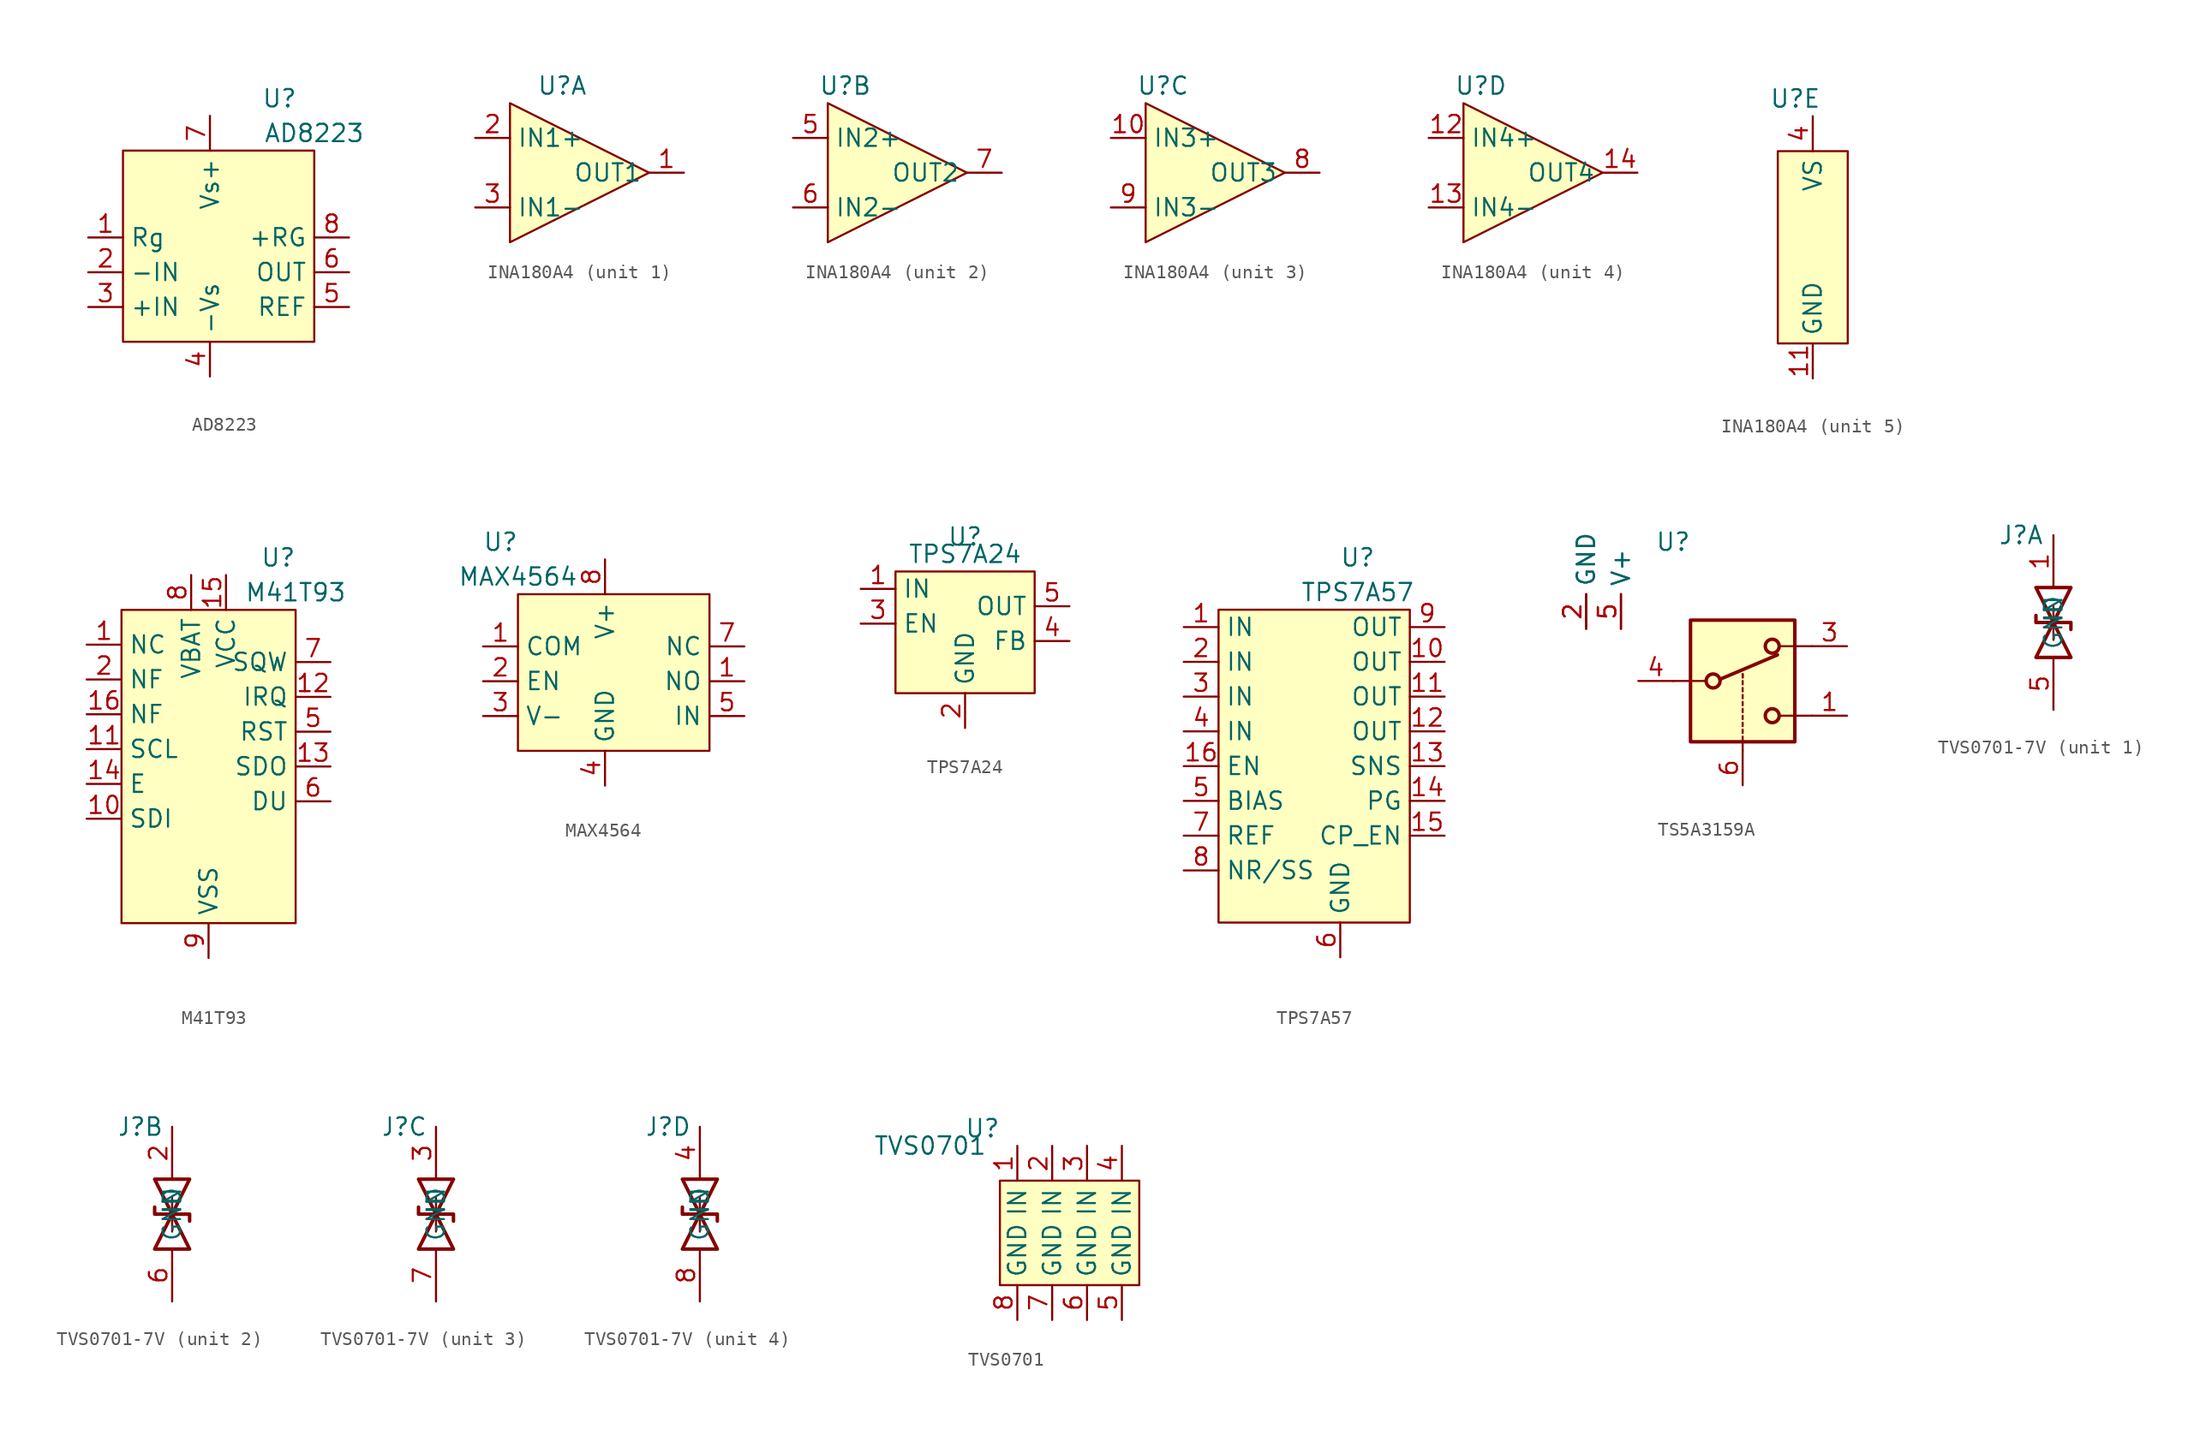
<source format=kicad_sym>
(kicad_symbol_lib
  (version 20220914)
  (generator kicad_symbol_editor)
  (symbol "AD8223"
    (property "Reference" "U"
      (at 10.16 6.35 0)
      (effects (font (size 1.27 1.27))))
    (property "Value" "AD8223"
      (at 12.7 3.81 0)
      (effects (font (size 1.27 1.27))))
    (symbol "AD8223_1_1"
      (rectangle (start -1.27 2.54) (end 12.7 -11.43) (stroke (width 0) (type default)) (fill (type background)))
      (pin passive line (at -3.81 -3.81 0) (length 2.54) (name "Rg" (effects (font (size 1.27 1.27)))) (number "1" (effects (font (size 1.27 1.27)))))
      (pin passive line (at -3.81 -6.35 0) (length 2.54) (name "-IN" (effects (font (size 1.27 1.27)))) (number "2" (effects (font (size 1.27 1.27)))))
      (pin passive line (at -3.81 -8.89 0) (length 2.54) (name "+IN" (effects (font (size 1.27 1.27)))) (number "3" (effects (font (size 1.27 1.27)))))
      (pin power_in line (at 5.08 -13.97 90) (length 2.54) (name "-Vs" (effects (font (size 1.27 1.27)))) (number "4" (effects (font (size 1.27 1.27)))))
      (pin passive line (at 15.24 -8.89 180) (length 2.54) (name "REF" (effects (font (size 1.27 1.27)))) (number "5" (effects (font (size 1.27 1.27)))))
      (pin output line (at 15.24 -6.35 180) (length 2.54) (name "OUT" (effects (font (size 1.27 1.27)))) (number "6" (effects (font (size 1.27 1.27)))))
      (pin power_in line (at 5.08 5.08 270) (length 2.54) (name "Vs+" (effects (font (size 1.27 1.27)))) (number "7" (effects (font (size 1.27 1.27)))))
      (pin passive line (at 15.24 -3.81 180) (length 2.54) (name "+RG" (effects (font (size 1.27 1.27)))) (number "8" (effects (font (size 1.27 1.27)))))))
  (symbol "INA180A4"
    (property "Reference" "U"
      (at 0 0 0)
      (effects (font (size 1.27 1.27))))
    (property "Value" ""
      (at 0 0 0)
      (effects (font (size 1.27 1.27))))
    (property "ki_locked" ""
      (at 0 0 0)
      (effects (font (size 1.27 1.27))))
    (symbol "INA180A4_1_1"
      (polyline (pts (xy -3.81 -1.27) (xy -3.81 -11.43) (xy 6.35 -6.35) (xy -3.81 -1.27)) (stroke (width 0) (type default)) (fill (type background)))
      (pin output line (at 8.89 -6.35 180) (length 2.54) (name "OUT1" (effects (font (size 1.27 1.27)))) (number "1" (effects (font (size 1.27 1.27)))))
      (pin input line (at -6.35 -3.81 0) (length 2.54) (name "IN1+" (effects (font (size 1.27 1.27)))) (number "2" (effects (font (size 1.27 1.27)))))
      (pin input line (at -6.35 -8.89 0) (length 2.54) (name "IN1-" (effects (font (size 1.27 1.27)))) (number "3" (effects (font (size 1.27 1.27))))))
    (symbol "INA180A4_2_1"
      (polyline (pts (xy -1.27 -1.27) (xy -1.27 -11.43) (xy 8.89 -6.35) (xy -1.27 -1.27)) (stroke (width 0) (type default)) (fill (type background)))
      (pin input line (at -3.81 -3.81 0) (length 2.54) (name "IN2+" (effects (font (size 1.27 1.27)))) (number "5" (effects (font (size 1.27 1.27)))))
      (pin input line (at -3.81 -8.89 0) (length 2.54) (name "IN2-" (effects (font (size 1.27 1.27)))) (number "6" (effects (font (size 1.27 1.27)))))
      (pin output line (at 11.43 -6.35 180) (length 2.54) (name "OUT2" (effects (font (size 1.27 1.27)))) (number "7" (effects (font (size 1.27 1.27))))))
    (symbol "INA180A4_3_1"
      (polyline (pts (xy -1.27 -1.27) (xy -1.27 -11.43) (xy 8.89 -6.35) (xy -1.27 -1.27)) (stroke (width 0) (type default)) (fill (type background)))
      (pin input line (at -3.81 -3.81 0) (length 2.54) (name "IN3+" (effects (font (size 1.27 1.27)))) (number "10" (effects (font (size 1.27 1.27)))))
      (pin output line (at 11.43 -6.35 180) (length 2.54) (name "OUT3" (effects (font (size 1.27 1.27)))) (number "8" (effects (font (size 1.27 1.27)))))
      (pin input line (at -3.81 -8.89 0) (length 2.54) (name "IN3-" (effects (font (size 1.27 1.27)))) (number "9" (effects (font (size 1.27 1.27))))))
    (symbol "INA180A4_4_1"
      (polyline (pts (xy -1.27 -1.27) (xy -1.27 -11.43) (xy 8.89 -6.35) (xy -1.27 -1.27)) (stroke (width 0) (type default)) (fill (type background)))
      (pin input line (at -3.81 -3.81 0) (length 2.54) (name "IN4+" (effects (font (size 1.27 1.27)))) (number "12" (effects (font (size 1.27 1.27)))))
      (pin input line (at -3.81 -8.89 0) (length 2.54) (name "IN4-" (effects (font (size 1.27 1.27)))) (number "13" (effects (font (size 1.27 1.27)))))
      (pin output line (at 11.43 -6.35 180) (length 2.54) (name "OUT4" (effects (font (size 1.27 1.27)))) (number "14" (effects (font (size 1.27 1.27))))))
    (symbol "INA180A4_5_1"
      (rectangle (start -1.27 -3.81) (end 3.81 -17.78) (stroke (width 0) (type default)) (fill (type background)))
      (pin power_in line (at 1.27 -20.32 90) (length 2.54) (name "GND" (effects (font (size 1.27 1.27)))) (number "11" (effects (font (size 1.27 1.27)))))
      (pin power_in line (at 1.27 -1.27 270) (length 2.54) (name "VS" (effects (font (size 1.27 1.27)))) (number "4" (effects (font (size 1.27 1.27)))))))
  (symbol "M41T93"
    (property "Reference" "U"
      (at -1.27 -1.27 0)
      (effects (font (size 1.27 1.27))))
    (property "Value" "M41T93"
      (at 0 -3.81 0)
      (effects (font (size 1.27 1.27))))
    (symbol "M41T93_1_1"
      (rectangle (start -12.7 -5.08) (end 0 -27.94) (stroke (width 0) (type default)) (fill (type background)))
      (pin passive line (at -15.24 -7.62 0) (length 2.54) (name "NC" (effects (font (size 1.27 1.27)))) (number "1" (effects (font (size 1.27 1.27)))))
      (pin passive line (at -15.24 -20.32 0) (length 2.54) (name "SDI" (effects (font (size 1.27 1.27)))) (number "10" (effects (font (size 1.27 1.27)))))
      (pin passive line (at -15.24 -15.24 0) (length 2.54) (name "SCL" (effects (font (size 1.27 1.27)))) (number "11" (effects (font (size 1.27 1.27)))))
      (pin passive line (at 2.54 -11.43 180) (length 2.54) (name "IRQ" (effects (font (size 1.27 1.27)))) (number "12" (effects (font (size 1.27 1.27)))))
      (pin passive line (at 2.54 -16.51 180) (length 2.54) (name "SDO" (effects (font (size 1.27 1.27)))) (number "13" (effects (font (size 1.27 1.27)))))
      (pin passive line (at -15.24 -17.78 0) (length 2.54) (name "E" (effects (font (size 1.27 1.27)))) (number "14" (effects (font (size 1.27 1.27)))))
      (pin power_in line (at -5.08 -2.54 270) (length 2.54) (name "VCC" (effects (font (size 1.27 1.27)))) (number "15" (effects (font (size 1.27 1.27)))))
      (pin passive line (at -15.24 -12.7 0) (length 2.54) (name "NF" (effects (font (size 1.27 1.27)))) (number "16" (effects (font (size 1.27 1.27)))))
      (pin passive line (at -15.24 -10.16 0) (length 2.54) (name "NF" (effects (font (size 1.27 1.27)))) (number "2" (effects (font (size 1.27 1.27)))))
      (pin passive line (at 2.54 -13.97 180) (length 2.54) (name "RST" (effects (font (size 1.27 1.27)))) (number "5" (effects (font (size 1.27 1.27)))))
      (pin passive line (at 2.54 -19.05 180) (length 2.54) (name "DU" (effects (font (size 1.27 1.27)))) (number "6" (effects (font (size 1.27 1.27)))))
      (pin passive line (at 2.54 -8.89 180) (length 2.54) (name "SQW" (effects (font (size 1.27 1.27)))) (number "7" (effects (font (size 1.27 1.27)))))
      (pin power_in line (at -7.62 -2.54 270) (length 2.54) (name "VBAT" (effects (font (size 1.27 1.27)))) (number "8" (effects (font (size 1.27 1.27)))))
      (pin power_in line (at -6.35 -30.48 90) (length 2.54) (name "VSS" (effects (font (size 1.27 1.27)))) (number "9" (effects (font (size 1.27 1.27)))))))
  (symbol "MAX4564"
    (property "Reference" "U"
      (at -3.81 5.08 0)
      (effects (font (size 1.27 1.27))))
    (property "Value" "MAX4564"
      (at -2.54 2.54 0)
      (effects (font (size 1.27 1.27))))
    (symbol "MAX4564_1_1"
      (rectangle (start -2.54 1.27) (end 11.43 -10.16) (stroke (width 0) (type default)) (fill (type background)))
      (pin passive line (at -5.08 -2.54 0) (length 2.54) (name "COM" (effects (font (size 1.27 1.27)))) (number "1" (effects (font (size 1.27 1.27)))))
      (pin passive line (at 13.97 -5.08 180) (length 2.54) (name "NO" (effects (font (size 1.27 1.27)))) (number "1" (effects (font (size 1.27 1.27)))))
      (pin passive line (at -5.08 -5.08 0) (length 2.54) (name "EN" (effects (font (size 1.27 1.27)))) (number "2" (effects (font (size 1.27 1.27)))))
      (pin passive line (at -5.08 -7.62 0) (length 2.54) (name "V-" (effects (font (size 1.27 1.27)))) (number "3" (effects (font (size 1.27 1.27)))))
      (pin power_in line (at 3.81 -12.7 90) (length 2.54) (name "GND" (effects (font (size 1.27 1.27)))) (number "4" (effects (font (size 1.27 1.27)))))
      (pin input line (at 13.97 -7.62 180) (length 2.54) (name "IN" (effects (font (size 1.27 1.27)))) (number "5" (effects (font (size 1.27 1.27)))))
      (pin passive line (at 13.97 -2.54 180) (length 2.54) (name "NC" (effects (font (size 1.27 1.27)))) (number "7" (effects (font (size 1.27 1.27)))))
      (pin power_in line (at 3.81 3.81 270) (length 2.54) (name "V+" (effects (font (size 1.27 1.27)))) (number "8" (effects (font (size 1.27 1.27)))))))
  (symbol "TPS7A24"
    (property "Reference" "U"
      (at 0 0 0)
      (effects (font (size 1.27 1.27))))
    (property "Value" "TPS7A24"
      (at 0 -1.27 0)
      (effects (font (size 1.27 1.27))))
    (symbol "TPS7A24_1_1"
      (rectangle (start -5.08 -2.54) (end 5.08 -11.43) (stroke (width 0) (type default)) (fill (type background)))
      (pin input line (at -7.62 -3.81 0) (length 2.54) (name "IN" (effects (font (size 1.27 1.27)))) (number "1" (effects (font (size 1.27 1.27)))))
      (pin passive line (at 0 -13.97 90) (length 2.54) (name "GND" (effects (font (size 1.27 1.27)))) (number "2" (effects (font (size 1.27 1.27)))))
      (pin input line (at -7.62 -6.35 0) (length 2.54) (name "EN" (effects (font (size 1.27 1.27)))) (number "3" (effects (font (size 1.27 1.27)))))
      (pin passive line (at 7.62 -7.62 180) (length 2.54) (name "FB" (effects (font (size 1.27 1.27)))) (number "4" (effects (font (size 1.27 1.27)))))
      (pin output line (at 7.62 -5.08 180) (length 2.54) (name "OUT" (effects (font (size 1.27 1.27)))) (number "5" (effects (font (size 1.27 1.27)))))))
  (symbol "TPS7A57"
    (property "Reference" "U"
      (at 8.89 2.54 0)
      (effects (font (size 1.27 1.27))))
    (property "Value" "TPS7A57"
      (at 8.89 0 0)
      (effects (font (size 1.27 1.27))))
    (symbol "TPS7A57_1_1"
      (rectangle (start -1.27 -1.27) (end 12.7 -24.13) (stroke (width 0) (type default)) (fill (type background)))
      (pin passive line (at -3.81 -2.54 0) (length 2.54) (name "IN" (effects (font (size 1.27 1.27)))) (number "1" (effects (font (size 1.27 1.27)))))
      (pin passive line (at 15.24 -5.08 180) (length 2.54) (name "OUT" (effects (font (size 1.27 1.27)))) (number "10" (effects (font (size 1.27 1.27)))))
      (pin passive line (at 15.24 -7.62 180) (length 2.54) (name "OUT" (effects (font (size 1.27 1.27)))) (number "11" (effects (font (size 1.27 1.27)))))
      (pin passive line (at 15.24 -10.16 180) (length 2.54) (name "OUT" (effects (font (size 1.27 1.27)))) (number "12" (effects (font (size 1.27 1.27)))))
      (pin passive line (at 15.24 -12.7 180) (length 2.54) (name "SNS" (effects (font (size 1.27 1.27)))) (number "13" (effects (font (size 1.27 1.27)))))
      (pin passive line (at 15.24 -15.24 180) (length 2.54) (name "PG" (effects (font (size 1.27 1.27)))) (number "14" (effects (font (size 1.27 1.27)))))
      (pin passive line (at 15.24 -17.78 180) (length 2.54) (name "CP_EN" (effects (font (size 1.27 1.27)))) (number "15" (effects (font (size 1.27 1.27)))))
      (pin passive line (at -3.81 -12.7 0) (length 2.54) (name "EN" (effects (font (size 1.27 1.27)))) (number "16" (effects (font (size 1.27 1.27)))))
      (pin passive line (at -3.81 -5.08 0) (length 2.54) (name "IN" (effects (font (size 1.27 1.27)))) (number "2" (effects (font (size 1.27 1.27)))))
      (pin passive line (at -3.81 -7.62 0) (length 2.54) (name "IN" (effects (font (size 1.27 1.27)))) (number "3" (effects (font (size 1.27 1.27)))))
      (pin passive line (at -3.81 -10.16 0) (length 2.54) (name "IN" (effects (font (size 1.27 1.27)))) (number "4" (effects (font (size 1.27 1.27)))))
      (pin passive line (at -3.81 -15.24 0) (length 2.54) (name "BIAS" (effects (font (size 1.27 1.27)))) (number "5" (effects (font (size 1.27 1.27)))))
      (pin power_in line (at 7.62 -26.67 90) (length 2.54) (name "GND" (effects (font (size 1.27 1.27)))) (number "6" (effects (font (size 1.27 1.27)))))
      (pin passive line (at -3.81 -17.78 0) (length 2.54) (name "REF" (effects (font (size 1.27 1.27)))) (number "7" (effects (font (size 1.27 1.27)))))
      (pin passive line (at -3.81 -20.32 0) (length 2.54) (name "NR/SS" (effects (font (size 1.27 1.27)))) (number "8" (effects (font (size 1.27 1.27)))))
      (pin passive line (at 15.24 -2.54 180) (length 2.54) (name "OUT" (effects (font (size 1.27 1.27)))) (number "9" (effects (font (size 1.27 1.27)))))))
  (symbol "TS5A3159A"
    (property "Reference" "U"
      (at 0 0 0)
      (effects (font (size 1.27 1.27))))
    (property "Value" ""
      (at 0 0 0)
      (effects (font (size 1.27 1.27))))
    (symbol "TS5A3159A_1_1"
      (polyline (pts (xy 0 -10.16) (xy 2.286 -10.16)) (stroke (width 0) (type default)) (fill (type none)))
      (polyline (pts (xy 3.429 -10.033) (xy 7.62 -8.255)) (stroke (width 0.254) (type default)) (fill (type none)))
      (polyline (pts (xy 5.08 -15.24) (xy 5.08 -14.732)) (stroke (width 0) (type default)) (fill (type none)))
      (polyline (pts (xy 5.08 -14.478) (xy 5.08 -14.224)) (stroke (width 0) (type default)) (fill (type none)))
      (polyline (pts (xy 5.08 -13.97) (xy 5.08 -13.716)) (stroke (width 0) (type default)) (fill (type none)))
      (polyline (pts (xy 5.08 -13.462) (xy 5.08 -13.208)) (stroke (width 0) (type default)) (fill (type none)))
      (polyline (pts (xy 5.08 -12.954) (xy 5.08 -12.7)) (stroke (width 0) (type default)) (fill (type none)))
      (polyline (pts (xy 5.08 -12.446) (xy 5.08 -12.192)) (stroke (width 0) (type default)) (fill (type none)))
      (polyline (pts (xy 5.08 -11.938) (xy 5.08 -11.684)) (stroke (width 0) (type default)) (fill (type none)))
      (polyline (pts (xy 5.08 -11.43) (xy 5.08 -11.176)) (stroke (width 0) (type default)) (fill (type none)))
      (polyline (pts (xy 5.08 -10.922) (xy 5.08 -10.668)) (stroke (width 0) (type default)) (fill (type none)))
      (polyline (pts (xy 5.08 -10.414) (xy 5.08 -10.16)) (stroke (width 0) (type default)) (fill (type none)))
      (polyline (pts (xy 5.08 -9.906) (xy 5.08 -9.652)) (stroke (width 0) (type default)) (fill (type none)))
      (polyline (pts (xy 5.08 -9.906) (xy 5.08 -9.652)) (stroke (width 0) (type default)) (fill (type none)))
      (polyline (pts (xy 10.16 -12.7) (xy 7.874 -12.7)) (stroke (width 0) (type default)) (fill (type none)))
      (polyline (pts (xy 10.16 -7.62) (xy 7.874 -7.62)) (stroke (width 0) (type default)) (fill (type none)))
      (rectangle (start 1.27 -5.715) (end 8.89 -14.605) (stroke (width 0.254) (type default)) (fill (type background)))
      (circle (center 2.921 -10.16) (radius 0.508) (stroke (width 0.254) (type default)) (fill (type none)))
      (circle (center 7.239 -12.7) (radius 0.508) (stroke (width 0.254) (type default)) (fill (type none)))
      (circle (center 7.239 -7.62) (radius 0.508) (stroke (width 0.254) (type default)) (fill (type none)))
      (pin passive line (at 12.7 -12.7 180) (length 2.54) (name "~" (effects (font (size 1.27 1.27)))) (number "1" (effects (font (size 1.27 1.27)))))
      (pin power_in line (at -6.35 -6.35 90) (length 2.54) (name "GND" (effects (font (size 1.27 1.27)))) (number "2" (effects (font (size 1.27 1.27)))))
      (pin power_in line (at -6.35 -6.35 90) (length 2.54) (name "GND" (effects (font (size 1.27 1.27)))) (number "2" (effects (font (size 1.27 1.27)))))
      (pin passive line (at 12.7 -7.62 180) (length 2.54) (name "~" (effects (font (size 1.27 1.27)))) (number "3" (effects (font (size 1.27 1.27)))))
      (pin passive line (at -2.54 -10.16 0) (length 2.54) (name "~" (effects (font (size 1.27 1.27)))) (number "4" (effects (font (size 1.27 1.27)))))
      (pin power_in line (at -3.81 -6.35 90) (length 2.54) (name "V+" (effects (font (size 1.27 1.27)))) (number "5" (effects (font (size 1.27 1.27)))))
      (pin power_in line (at -3.81 -6.35 90) (length 2.54) (name "V+" (effects (font (size 1.27 1.27)))) (number "5" (effects (font (size 1.27 1.27)))))
      (pin input line (at 5.08 -17.78 90) (length 2.54) (name "~" (effects (font (size 1.27 1.27)))) (number "6" (effects (font (size 1.27 1.27)))))))
  (symbol "TVS0701-7V"
    (property "Reference" "U"
      (at 0 0 0)
      (effects (font (size 1.27 1.27))))
    (property "Value" ""
      (at 0 0 0)
      (effects (font (size 1.27 1.27))))
    (symbol "TVS0701-7V_0_1"
      (polyline (pts (xy 2.54 -7.62) (xy 2.54 -5.08)) (stroke (width 0) (type default)) (fill (type none)))
      (polyline (pts (xy 3.81 -6.858) (xy 3.81 -6.35) (xy 1.27 -6.35) (xy 1.27 -5.842)) (stroke (width 0.254) (type default)) (fill (type none)))
      (polyline (pts (xy 3.81 -3.81) (xy 1.27 -3.81) (xy 3.81 -8.89) (xy 1.27 -8.89) (xy 3.81 -3.81)) (stroke (width 0.254) (type default)) (fill (type none))))
    (symbol "TVS0701-7V_1_1"
      (pin passive line (at 2.54 0 270) (length 3.81) (name "IN" (effects (font (size 1.27 1.27)))) (number "1" (effects (font (size 1.27 1.27)))))
      (pin passive line (at 2.54 -12.7 90) (length 3.81) (name "GND" (effects (font (size 1.27 1.27)))) (number "5" (effects (font (size 1.27 1.27))))))
    (symbol "TVS0701-7V_2_1"
      (pin passive line (at 2.54 0 270) (length 3.81) (name "IN" (effects (font (size 1.27 1.27)))) (number "2" (effects (font (size 1.27 1.27)))))
      (pin passive line (at 2.54 -12.7 90) (length 3.81) (name "GND" (effects (font (size 1.27 1.27)))) (number "6" (effects (font (size 1.27 1.27))))))
    (symbol "TVS0701-7V_3_1"
      (pin passive line (at 2.54 0 270) (length 3.81) (name "IN" (effects (font (size 1.27 1.27)))) (number "3" (effects (font (size 1.27 1.27)))))
      (pin passive line (at 2.54 -12.7 90) (length 3.81) (name "GND" (effects (font (size 1.27 1.27)))) (number "7" (effects (font (size 1.27 1.27))))))
    (symbol "TVS0701-7V_4_1"
      (pin passive line (at 2.54 0 270) (length 3.81) (name "IN" (effects (font (size 1.27 1.27)))) (number "4" (effects (font (size 1.27 1.27)))))
      (pin passive line (at 2.54 -12.7 90) (length 3.81) (name "GND" (effects (font (size 1.27 1.27)))) (number "8" (effects (font (size 1.27 1.27)))))))
  (symbol "TVS0701"
    (property "Reference" "U"
      (at -6.35 6.985 0)
      (effects (font (size 1.27 1.27))))
    (property "Value" "TVS0701"
      (at -10.16 5.715 0)
      (effects (font (size 1.27 1.27))))
    (symbol "TVS0701_1_1"
      (rectangle (start -5.08 3.175) (end 5.08 -4.445) (stroke (width 0) (type default)) (fill (type background)))
      (pin input line (at -3.81 5.715 270) (length 2.54) (name "IN" (effects (font (size 1.27 1.27)))) (number "1" (effects (font (size 1.27 1.27)))))
      (pin input line (at -1.27 5.715 270) (length 2.54) (name "IN" (effects (font (size 1.27 1.27)))) (number "2" (effects (font (size 1.27 1.27)))))
      (pin input line (at 1.27 5.715 270) (length 2.54) (name "IN" (effects (font (size 1.27 1.27)))) (number "3" (effects (font (size 1.27 1.27)))))
      (pin input line (at 3.81 5.715 270) (length 2.54) (name "IN" (effects (font (size 1.27 1.27)))) (number "4" (effects (font (size 1.27 1.27)))))
      (pin passive line (at 3.81 -6.985 90) (length 2.54) (name "GND" (effects (font (size 1.27 1.27)))) (number "5" (effects (font (size 1.27 1.27)))))
      (pin passive line (at 1.27 -6.985 90) (length 2.54) (name "GND" (effects (font (size 1.27 1.27)))) (number "6" (effects (font (size 1.27 1.27)))))
      (pin passive line (at -1.27 -6.985 90) (length 2.54) (name "GND" (effects (font (size 1.27 1.27)))) (number "7" (effects (font (size 1.27 1.27)))))
      (pin passive line (at -3.81 -6.985 90) (length 2.54) (name "GND" (effects (font (size 1.27 1.27)))) (number "8" (effects (font (size 1.27 1.27))))))))
</source>
